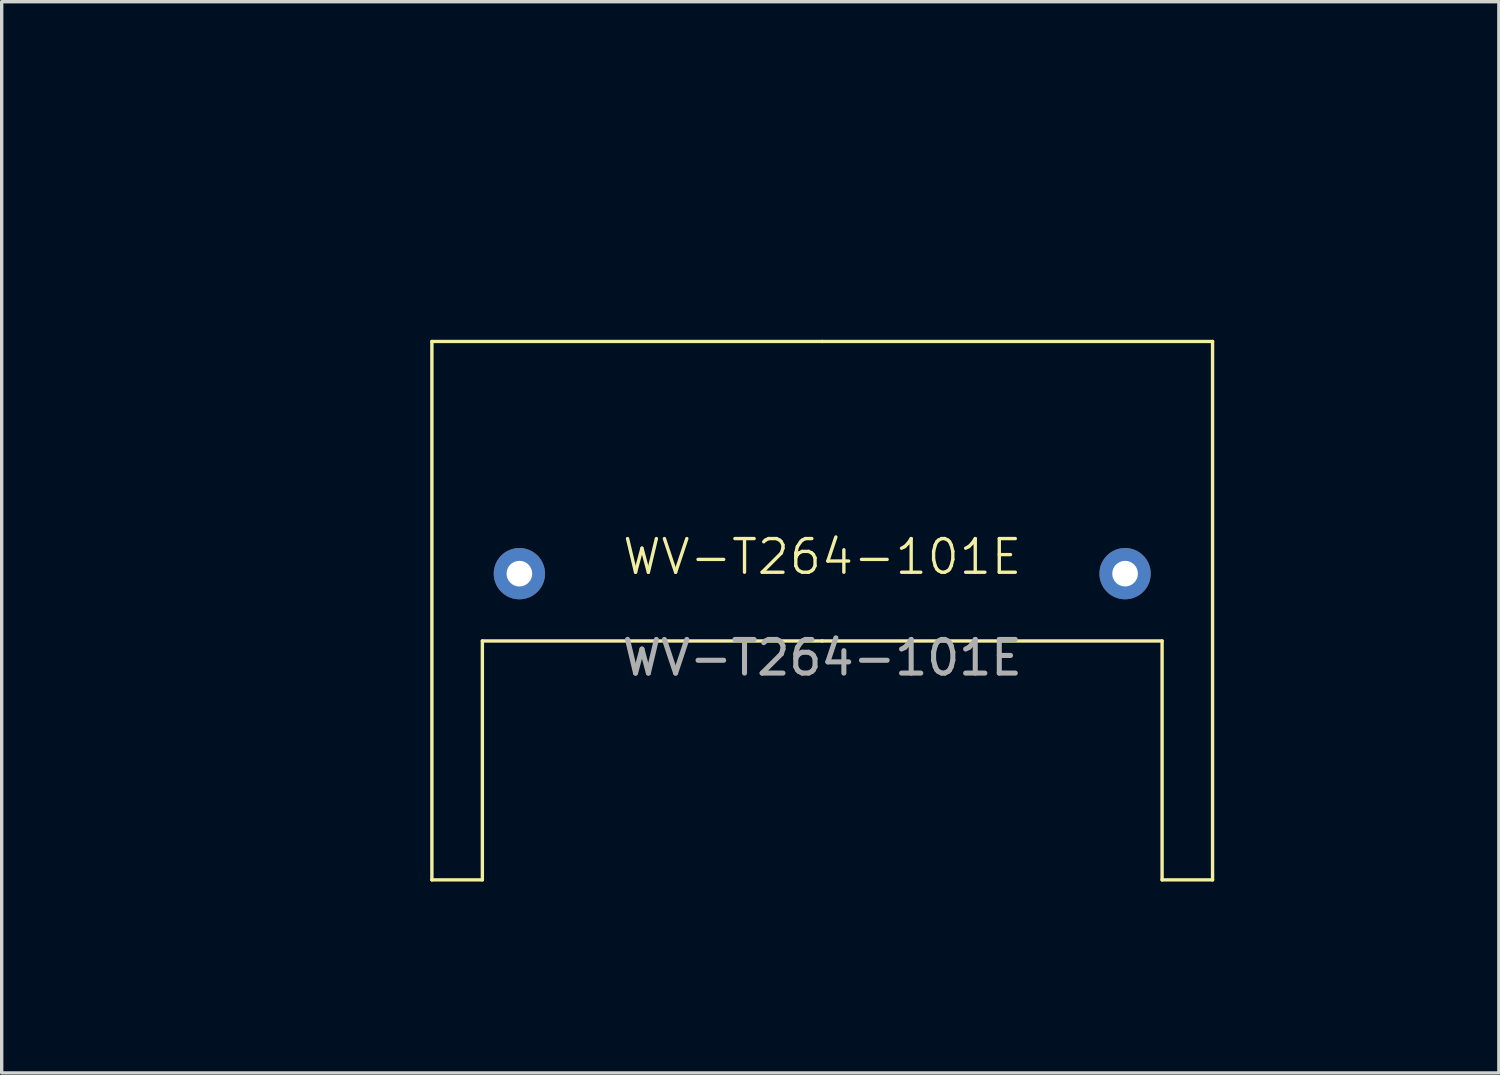
<source format=kicad_pcb>
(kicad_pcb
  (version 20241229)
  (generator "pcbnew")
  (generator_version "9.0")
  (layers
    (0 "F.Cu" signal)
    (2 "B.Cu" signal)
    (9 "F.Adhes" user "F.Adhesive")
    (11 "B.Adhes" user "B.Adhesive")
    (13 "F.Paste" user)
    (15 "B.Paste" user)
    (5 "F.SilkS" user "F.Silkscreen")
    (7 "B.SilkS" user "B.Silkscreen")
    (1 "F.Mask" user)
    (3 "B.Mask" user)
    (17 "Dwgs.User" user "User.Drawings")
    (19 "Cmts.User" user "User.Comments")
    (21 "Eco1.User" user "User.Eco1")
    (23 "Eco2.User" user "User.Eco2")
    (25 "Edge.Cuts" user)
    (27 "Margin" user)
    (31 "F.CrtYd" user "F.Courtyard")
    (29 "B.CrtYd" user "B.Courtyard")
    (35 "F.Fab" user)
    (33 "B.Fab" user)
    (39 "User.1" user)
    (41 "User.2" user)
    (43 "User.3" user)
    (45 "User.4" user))
  (footprint "WV-T264-101E"
    (layer "F.Cu")
    (at 21.385 13.998)
    (property "Reference" "WV-T264-101E" (at 0 -0.5 0) (unlocked yes) (layer "F.SilkS") (effects (font (size 1 1) (thickness 0.1))))
    (attr through_hole)
    (fp_line (start -11.6 -6.9) (end 0 -6.9) (stroke (width 0.1) (type default)) (layer "F.SilkS"))
    (fp_line (start -11.6 9.1) (end -11.6 -6.9) (stroke (width 0.1) (type default)) (layer "F.SilkS"))
    (fp_line (start -10.1 2) (end -10.1 9.1) (stroke (width 0.1) (type default)) (layer "F.SilkS"))
    (fp_line (start -10.1 9.1) (end -11.6 9.1) (stroke (width 0.1) (type default)) (layer "F.SilkS"))
    (fp_line (start 0 2) (end -10.1 2) (stroke (width 0.1) (type default)) (layer "F.SilkS"))
    (fp_line (start 0 2) (end 10.1 2) (stroke (width 0.1) (type default)) (layer "F.SilkS"))
    (fp_line (start 10.1 2) (end 10.1 9.1) (stroke (width 0.1) (type default)) (layer "F.SilkS"))
    (fp_line (start 10.1 9.1) (end 11.6 9.1) (stroke (width 0.1) (type default)) (layer "F.SilkS"))
    (fp_line (start 11.6 -6.9) (end 0 -6.9) (stroke (width 0.1) (type default)) (layer "F.SilkS"))
    (fp_line (start 11.6 9.1) (end 11.6 -6.9) (stroke (width 0.1) (type default)) (layer "F.SilkS"))
    (fp_text user "${REFERENCE}" (at 0 2.5 0) (unlocked yes) (layer "F.Fab") (effects (font (size 1 1) (thickness 0.15))))
    (dimension (type aligned) (layer "User.2") (pts (xy 30.385 13.998) (xy 30.385 15.998)) (height -4.8) (format (prefix "") (suffix "") (units 3) (units_format 1) (precision 4)) (style (thickness 0.1) (arrow_length 1.27) (text_position_mode 0) (arrow_direction outward) (extension_height 0.586) (extension_offset 0.5) (keep_text_aligned yes)) (gr_text "2.0000 mm" (at 34.035 14.998 90) (layer "User.2") (effects (font (size 1 1) (thickness 0.15)))))
    (dimension (type aligned) (layer "User.2") (pts (xy 9.685 7.098) (xy 33.085 7.098)) (height -5.1) (format (prefix "") (suffix "") (units 3) (units_format 1) (precision 4)) (style (thickness 0.1) (arrow_length 1.27) (text_position_mode 0) (arrow_direction outward) (extension_height 0.586) (extension_offset 0.5) (keep_text_aligned yes)) (gr_text "23.4000 mm" (at 21.385 0.848 0) (layer "User.2") (effects (font (size 1 1) (thickness 0.15)))))
    (dimension (type aligned) (layer "User.2") (pts (xy 21.385 7.098) (xy 9.685 7.098)) (height 2.9) (format (prefix "") (suffix "") (units 3) (units_format 1) (precision 4)) (style (thickness 0.1) (arrow_length 1.27) (text_position_mode 0) (arrow_direction outward) (extension_height 0.586) (extension_offset 0.5) (keep_text_aligned yes)) (gr_text "11.7000 mm" (at 15.535 3.048 0) (layer "User.2") (effects (font (size 1 1) (thickness 0.15)))))
    (dimension (type aligned) (layer "User.2") (pts (xy 21.385 13.998) (xy 30.385 13.998)) (height 6) (format (prefix "") (suffix "") (units 3) (units_format 1) (precision 4)) (style (thickness 0.1) (arrow_length 1.27) (text_position_mode 0) (arrow_direction outward) (extension_height 0.586) (extension_offset 0.5) (keep_text_aligned yes)) (gr_text "9.0000 mm" (at 25.885 18.848 0) (layer "User.2") (effects (font (size 1 1) (thickness 0.15)))))
    (dimension (type aligned) (layer "User.2") (pts (xy 11.285 23.098) (xy 9.785 23.098)) (height -2.1) (format (prefix "") (suffix "") (units 3) (units_format 1) (precision 4)) (style (thickness 0.1) (arrow_length 1.27) (text_position_mode 0) (arrow_direction outward) (extension_height 0.586) (extension_offset 0.5) (keep_text_aligned yes)) (gr_text "1.5000 mm" (at 10.535 24.048 0) (layer "User.2") (effects (font (size 1 1) (thickness 0.15)))))
    (dimension (type aligned) (layer "User.2") (pts (xy 9.785 13.998) (xy 9.785 23.098)) (height 1.3) (format (prefix "") (suffix "") (units 3) (units_format 1) (precision 4)) (style (thickness 0.1) (arrow_length 1.27) (text_position_mode 0) (arrow_direction outward) (extension_height 0.586) (extension_offset 0.5) (keep_text_aligned yes)) (gr_text "9.1000 mm" (at 7.335 18.548 90) (layer "User.2") (effects (font (size 1 1) (thickness 0.15)))))
    (dimension (type aligned) (layer "User.2") (pts (xy 21.385 7.098) (xy 33.085 7.098)) (height -2.9) (format (prefix "") (suffix "") (units 3) (units_format 1) (precision 4)) (style (thickness 0.1) (arrow_length 1.27) (text_position_mode 0) (arrow_direction outward) (extension_height 0.586) (extension_offset 0.5) (keep_text_aligned yes)) (gr_text "11.7000 mm" (at 27.235 3.048 0) (layer "User.2") (effects (font (size 1 1) (thickness 0.15)))))
    (dimension (type aligned) (layer "User.2") (pts (xy 9.785 23.098) (xy 9.785 7.098)) (height -3.7) (format (prefix "") (suffix "") (units 3) (units_format 1) (precision 4)) (style (thickness 0.1) (arrow_length 1.27) (text_position_mode 0) (arrow_direction outward) (extension_height 0.586) (extension_offset 0.5) (keep_text_aligned yes)) (gr_text "16.0000 mm" (at 4.935 15.098 90) (layer "User.2") (effects (font (size 1 1) (thickness 0.15)))))
    (dimension (type aligned) (layer "User.2") (pts (xy 21.385 13.998) (xy 12.385 13.998)) (height -6) (format (prefix "") (suffix "") (units 3) (units_format 1) (precision 4)) (style (thickness 0.1) (arrow_length 1.27) (text_position_mode 0) (arrow_direction outward) (extension_height 0.586) (extension_offset 0.5) (keep_text_aligned yes)) (gr_text "9.0000 mm" (at 16.885 18.848 0) (layer "User.2") (effects (font (size 1 1) (thickness 0.15)))))
    (dimension (type aligned) (layer "User.2") (pts (xy 9.785 13.998) (xy 9.785 7.098)) (height -1.3) (format (prefix "") (suffix "") (units 3) (units_format 1) (precision 4)) (style (thickness 0.1) (arrow_length 1.27) (text_position_mode 0) (arrow_direction outward) (extension_height 0.586) (extension_offset 0.5) (keep_text_aligned yes)) (gr_text "6.9000 mm" (at 7.335 10.548 90) (layer "User.2") (effects (font (size 1 1) (thickness 0.15)))))
    (pad "1" thru_hole circle (at -9 0) (size 1.524 1.524) (drill 0.762) (layers "*.Cu" "*.Mask"))
    (pad "2" thru_hole circle (at 9 0) (size 1.524 1.524) (drill 0.762) (layers "*.Cu" "*.Mask")))
  (gr_rect
    (start -3 -3)
    (end 41.493 28.835)
    (stroke (width 0.1) (type default))
    (fill no)
    (layer "Edge.Cuts")))
</source>
